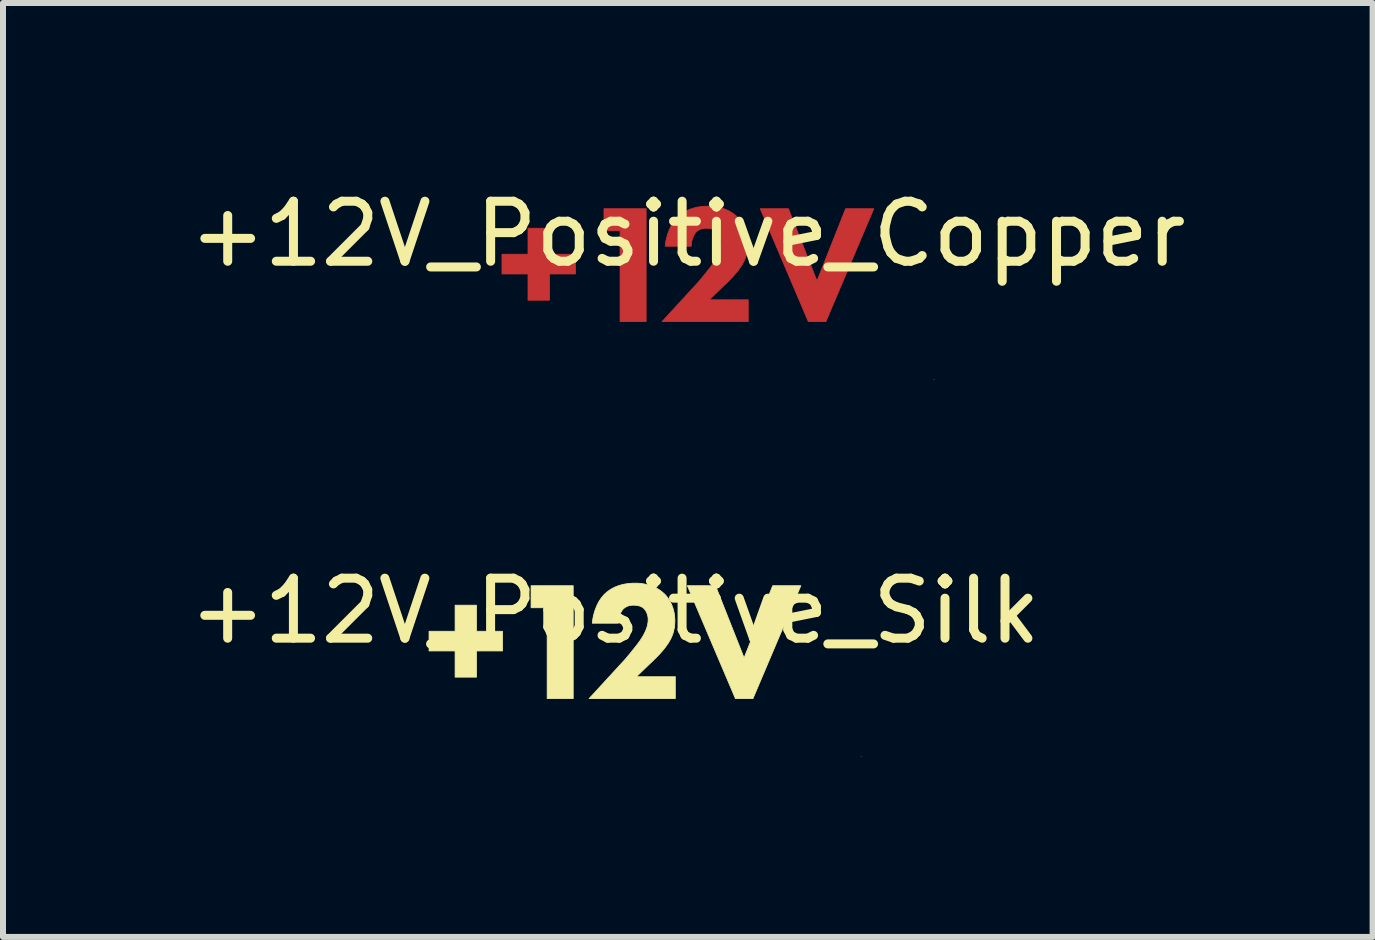
<source format=kicad_pcb>
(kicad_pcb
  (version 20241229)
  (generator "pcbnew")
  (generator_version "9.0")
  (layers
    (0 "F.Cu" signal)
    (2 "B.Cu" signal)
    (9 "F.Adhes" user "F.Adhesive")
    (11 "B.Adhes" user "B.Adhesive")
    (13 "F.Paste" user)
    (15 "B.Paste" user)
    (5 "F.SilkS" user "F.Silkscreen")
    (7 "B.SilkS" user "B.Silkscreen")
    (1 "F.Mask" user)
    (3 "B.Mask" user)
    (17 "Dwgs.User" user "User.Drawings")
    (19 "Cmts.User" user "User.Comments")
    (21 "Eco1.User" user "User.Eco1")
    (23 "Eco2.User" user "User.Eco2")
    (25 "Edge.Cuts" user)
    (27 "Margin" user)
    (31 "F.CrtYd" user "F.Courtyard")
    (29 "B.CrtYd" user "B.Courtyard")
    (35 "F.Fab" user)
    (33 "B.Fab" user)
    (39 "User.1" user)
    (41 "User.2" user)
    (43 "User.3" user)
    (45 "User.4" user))
  (footprint "+12V_Positive_Silk"
    (layer "F.Cu")
    (at 7.196 7.629)
    (property "Reference" "+12V_Positive_Silk" (at 0 -0.5 0) (unlocked yes) (layer "F.SilkS") (effects (font (size 1 1) (thickness 0.15))))
    (fp_poly (pts (xy 4.103 1.926) (xy 4.103 1.923) (xy 4.106 1.923)) (stroke (width 0.013) (type solid)) (fill yes) (layer "F.Cu"))
    (fp_poly (pts (xy -0.695 0.961) (xy -1.129 0.961) (xy -1.129 -0.553) (xy -1.397 -0.553) (xy -1.397 -0.92) (xy -0.695 -0.92)) (stroke (width 0.013) (type solid)) (fill yes) (layer "F.SilkS"))
    (fp_poly (pts (xy 2.152 0.283) (xy 2.629 -0.92) (xy 3.098 -0.92) (xy 2.3 0.961) (xy 2.008 0.961) (xy 1.207 -0.92) (xy 1.676 -0.92)) (stroke (width 0.013) (type solid)) (fill yes) (layer "F.SilkS"))
    (fp_poly (pts (xy -2.307 -0.161) (xy -1.873 -0.161) (xy -1.873 0.167) (xy -2.307 0.167) (xy -2.307 0.604) (xy -2.663 0.604) (xy -2.663 0.167) (xy -3.097 0.167) (xy -3.097 -0.161) (xy -2.663 -0.161) (xy -2.663 -0.595) (xy -2.307 -0.595)) (stroke (width 0.013) (type solid)) (fill yes) (layer "F.SilkS"))
    (fp_poly (pts (xy 0.384 -0.961) (xy 0.431 -0.957) (xy 0.474 -0.951) (xy 0.515 -0.943) (xy 0.554 -0.934) (xy 0.59 -0.923) (xy 0.623 -0.911) (xy 0.654 -0.898) (xy 0.683 -0.884) (xy 0.71 -0.869) (xy 0.734 -0.855) (xy 0.756 -0.84) (xy 0.776 -0.825) (xy 0.793 -0.811) (xy 0.822 -0.786) (xy 0.841 -0.766) (xy 0.859 -0.745) (xy 0.877 -0.723) (xy 0.893 -0.699) (xy 0.909 -0.675) (xy 0.923 -0.649) (xy 0.937 -0.622) (xy 0.949 -0.594) (xy 0.96 -0.565) (xy 0.97 -0.535) (xy 0.978 -0.504) (xy 0.986 -0.472) (xy 0.991 -0.439) (xy 0.995 -0.405) (xy 0.998 -0.37) (xy 0.999 -0.334) (xy 0.998 -0.303) (xy 0.996 -0.274) (xy 0.994 -0.245) (xy 0.99 -0.217) (xy 0.984 -0.19) (xy 0.978 -0.163) (xy 0.971 -0.137) (xy 0.963 -0.111) (xy 0.953 -0.086) (xy 0.943 -0.062) (xy 0.931 -0.037) (xy 0.918 -0.013) (xy 0.905 0.011) (xy 0.89 0.035) (xy 0.874 0.058) (xy 0.858 0.082) (xy 0.842 0.103) (xy 0.826 0.124) (xy 0.81 0.144) (xy 0.793 0.164) (xy 0.776 0.184) (xy 0.759 0.204) (xy 0.722 0.243) (xy 0.683 0.283) (xy 0.642 0.323) (xy 0.599 0.364) (xy 0.554 0.407) (xy 0.357 0.597) (xy 1.006 0.597) (xy 1.006 0.961) (xy -0.43 0.961) (xy 0.134 0.347) (xy 0.174 0.303) (xy 0.216 0.253) (xy 0.259 0.201) (xy 0.302 0.148) (xy 0.344 0.095) (xy 0.382 0.046) (xy 0.415 0.001) (xy 0.441 -0.038) (xy 0.458 -0.065) (xy 0.477 -0.098) (xy 0.486 -0.115) (xy 0.496 -0.134) (xy 0.505 -0.154) (xy 0.514 -0.174) (xy 0.522 -0.195) (xy 0.53 -0.217) (xy 0.537 -0.239) (xy 0.543 -0.261) (xy 0.547 -0.285) (xy 0.551 -0.308) (xy 0.553 -0.331) (xy 0.554 -0.343) (xy 0.554 -0.355) (xy 0.554 -0.368) (xy 0.553 -0.382) (xy 0.551 -0.395) (xy 0.549 -0.408) (xy 0.546 -0.421) (xy 0.543 -0.434) (xy 0.539 -0.447) (xy 0.534 -0.459) (xy 0.529 -0.471) (xy 0.524 -0.483) (xy 0.518 -0.494) (xy 0.511 -0.505) (xy 0.504 -0.515) (xy 0.497 -0.525) (xy 0.489 -0.534) (xy 0.48 -0.542) (xy 0.473 -0.549) (xy 0.466 -0.555) (xy 0.457 -0.56) (xy 0.449 -0.565) (xy 0.439 -0.57) (xy 0.43 -0.574) (xy 0.419 -0.578) (xy 0.408 -0.582) (xy 0.397 -0.585) (xy 0.385 -0.588) (xy 0.373 -0.59) (xy 0.361 -0.592) (xy 0.348 -0.593) (xy 0.335 -0.594) (xy 0.321 -0.595) (xy 0.307 -0.595) (xy 0.292 -0.595) (xy 0.278 -0.594) (xy 0.265 -0.592) (xy 0.252 -0.59) (xy 0.239 -0.587) (xy 0.227 -0.584) (xy 0.216 -0.58) (xy 0.205 -0.576) (xy 0.195 -0.571) (xy 0.185 -0.566) (xy 0.175 -0.561) (xy 0.166 -0.555) (xy 0.158 -0.549) (xy 0.15 -0.542) (xy 0.142 -0.535) (xy 0.134 -0.528) (xy 0.125 -0.517) (xy 0.117 -0.505) (xy 0.109 -0.492) (xy 0.101 -0.478) (xy 0.095 -0.464) (xy 0.088 -0.449) (xy 0.082 -0.434) (xy 0.077 -0.418) (xy 0.072 -0.402) (xy 0.068 -0.387) (xy 0.065 -0.371) (xy 0.062 -0.355) (xy 0.06 -0.339) (xy 0.058 -0.324) (xy 0.057 -0.309) (xy 0.057 -0.295) (xy -0.377 -0.295) (xy -0.374 -0.326) (xy -0.369 -0.357) (xy -0.364 -0.389) (xy -0.357 -0.42) (xy -0.349 -0.452) (xy -0.34 -0.484) (xy -0.33 -0.515) (xy -0.318 -0.546) (xy -0.306 -0.577) (xy -0.292 -0.607) (xy -0.277 -0.636) (xy -0.261 -0.665) (xy -0.243 -0.692) (xy -0.224 -0.719) (xy -0.204 -0.744) (xy -0.183 -0.768) (xy -0.165 -0.786) (xy -0.145 -0.804) (xy -0.124 -0.821) (xy -0.101 -0.838) (xy -0.076 -0.855) (xy -0.049 -0.871) (xy -0.021 -0.886) (xy 0.01 -0.901) (xy 0.043 -0.914) (xy 0.078 -0.926) (xy 0.096 -0.931) (xy 0.115 -0.936) (xy 0.134 -0.941) (xy 0.154 -0.945) (xy 0.175 -0.949) (xy 0.196 -0.952) (xy 0.218 -0.955) (xy 0.24 -0.958) (xy 0.263 -0.959) (xy 0.287 -0.961) (xy 0.311 -0.962) (xy 0.336 -0.962)) (stroke (width 0.013) (type solid)) (fill yes) (layer "F.SilkS")))
  (footprint "+12V_Positive_Copper"
    (layer "F.Cu")
    (at 8.411 1.348)
    (property "Reference" "+12V_Positive_Copper" (at 0 -0.5 0) (unlocked yes) (layer "F.SilkS") (effects (font (size 1 1) (thickness 0.15))))
    (fp_poly (pts (xy 4.103 1.926) (xy 4.103 1.923) (xy 4.106 1.923)) (stroke (width 0.013) (type solid)) (fill yes) (layer "F.Cu"))
    (fp_poly (pts (xy -0.695 0.961) (xy -1.129 0.961) (xy -1.129 -0.553) (xy -1.397 -0.553) (xy -1.397 -0.92) (xy -0.695 -0.92)) (stroke (width 0.013) (type solid)) (fill yes) (layer "F.Cu"))
    (fp_poly (pts (xy 2.152 0.283) (xy 2.629 -0.92) (xy 3.098 -0.92) (xy 2.3 0.961) (xy 2.008 0.961) (xy 1.207 -0.92) (xy 1.676 -0.92)) (stroke (width 0.013) (type solid)) (fill yes) (layer "F.Cu"))
    (fp_poly (pts (xy -2.307 -0.161) (xy -1.873 -0.161) (xy -1.873 0.167) (xy -2.307 0.167) (xy -2.307 0.604) (xy -2.663 0.604) (xy -2.663 0.167) (xy -3.097 0.167) (xy -3.097 -0.161) (xy -2.663 -0.161) (xy -2.663 -0.595) (xy -2.307 -0.595)) (stroke (width 0.013) (type solid)) (fill yes) (layer "F.Cu"))
    (fp_poly (pts (xy 0.384 -0.961) (xy 0.431 -0.957) (xy 0.474 -0.951) (xy 0.515 -0.943) (xy 0.554 -0.934) (xy 0.59 -0.923) (xy 0.623 -0.911) (xy 0.654 -0.898) (xy 0.683 -0.884) (xy 0.71 -0.869) (xy 0.734 -0.855) (xy 0.756 -0.84) (xy 0.776 -0.825) (xy 0.793 -0.811) (xy 0.822 -0.786) (xy 0.841 -0.766) (xy 0.859 -0.745) (xy 0.877 -0.723) (xy 0.893 -0.699) (xy 0.909 -0.675) (xy 0.923 -0.649) (xy 0.937 -0.622) (xy 0.949 -0.594) (xy 0.96 -0.565) (xy 0.97 -0.535) (xy 0.978 -0.504) (xy 0.986 -0.472) (xy 0.991 -0.439) (xy 0.995 -0.405) (xy 0.998 -0.37) (xy 0.999 -0.334) (xy 0.998 -0.303) (xy 0.996 -0.274) (xy 0.994 -0.245) (xy 0.99 -0.217) (xy 0.984 -0.19) (xy 0.978 -0.163) (xy 0.971 -0.137) (xy 0.963 -0.111) (xy 0.953 -0.086) (xy 0.943 -0.062) (xy 0.931 -0.037) (xy 0.918 -0.013) (xy 0.905 0.011) (xy 0.89 0.035) (xy 0.874 0.058) (xy 0.858 0.082) (xy 0.842 0.103) (xy 0.826 0.124) (xy 0.81 0.144) (xy 0.793 0.164) (xy 0.776 0.184) (xy 0.759 0.204) (xy 0.722 0.243) (xy 0.683 0.283) (xy 0.642 0.323) (xy 0.599 0.364) (xy 0.554 0.407) (xy 0.357 0.597) (xy 1.006 0.597) (xy 1.006 0.961) (xy -0.43 0.961) (xy 0.134 0.347) (xy 0.174 0.303) (xy 0.216 0.253) (xy 0.259 0.201) (xy 0.302 0.148) (xy 0.344 0.095) (xy 0.382 0.046) (xy 0.415 0.001) (xy 0.441 -0.038) (xy 0.458 -0.065) (xy 0.477 -0.098) (xy 0.486 -0.115) (xy 0.496 -0.134) (xy 0.505 -0.154) (xy 0.514 -0.174) (xy 0.522 -0.195) (xy 0.53 -0.217) (xy 0.537 -0.239) (xy 0.543 -0.261) (xy 0.547 -0.285) (xy 0.551 -0.308) (xy 0.553 -0.331) (xy 0.554 -0.343) (xy 0.554 -0.355) (xy 0.554 -0.368) (xy 0.553 -0.382) (xy 0.551 -0.395) (xy 0.549 -0.408) (xy 0.546 -0.421) (xy 0.543 -0.434) (xy 0.539 -0.447) (xy 0.534 -0.459) (xy 0.529 -0.471) (xy 0.524 -0.483) (xy 0.518 -0.494) (xy 0.511 -0.505) (xy 0.504 -0.515) (xy 0.497 -0.525) (xy 0.489 -0.534) (xy 0.48 -0.542) (xy 0.473 -0.549) (xy 0.466 -0.555) (xy 0.457 -0.56) (xy 0.449 -0.565) (xy 0.439 -0.57) (xy 0.43 -0.574) (xy 0.419 -0.578) (xy 0.408 -0.582) (xy 0.397 -0.585) (xy 0.385 -0.588) (xy 0.373 -0.59) (xy 0.361 -0.592) (xy 0.348 -0.593) (xy 0.335 -0.594) (xy 0.321 -0.595) (xy 0.307 -0.595) (xy 0.292 -0.595) (xy 0.278 -0.594) (xy 0.265 -0.592) (xy 0.252 -0.59) (xy 0.239 -0.587) (xy 0.227 -0.584) (xy 0.216 -0.58) (xy 0.205 -0.576) (xy 0.195 -0.571) (xy 0.185 -0.566) (xy 0.175 -0.561) (xy 0.166 -0.555) (xy 0.158 -0.549) (xy 0.15 -0.542) (xy 0.142 -0.535) (xy 0.134 -0.528) (xy 0.125 -0.517) (xy 0.117 -0.505) (xy 0.109 -0.492) (xy 0.101 -0.478) (xy 0.095 -0.464) (xy 0.088 -0.449) (xy 0.082 -0.434) (xy 0.077 -0.418) (xy 0.072 -0.402) (xy 0.068 -0.387) (xy 0.065 -0.371) (xy 0.062 -0.355) (xy 0.06 -0.339) (xy 0.058 -0.324) (xy 0.057 -0.309) (xy 0.057 -0.295) (xy -0.377 -0.295) (xy -0.374 -0.326) (xy -0.369 -0.357) (xy -0.364 -0.389) (xy -0.357 -0.42) (xy -0.349 -0.452) (xy -0.34 -0.484) (xy -0.33 -0.515) (xy -0.318 -0.546) (xy -0.306 -0.577) (xy -0.292 -0.607) (xy -0.277 -0.636) (xy -0.261 -0.665) (xy -0.243 -0.692) (xy -0.224 -0.719) (xy -0.204 -0.744) (xy -0.183 -0.768) (xy -0.165 -0.786) (xy -0.145 -0.804) (xy -0.124 -0.821) (xy -0.101 -0.838) (xy -0.076 -0.855) (xy -0.049 -0.871) (xy -0.021 -0.886) (xy 0.01 -0.901) (xy 0.043 -0.914) (xy 0.078 -0.926) (xy 0.096 -0.931) (xy 0.115 -0.936) (xy 0.134 -0.941) (xy 0.154 -0.945) (xy 0.175 -0.949) (xy 0.196 -0.952) (xy 0.218 -0.955) (xy 0.24 -0.958) (xy 0.263 -0.959) (xy 0.287 -0.961) (xy 0.311 -0.962) (xy 0.336 -0.962)) (stroke (width 0.013) (type solid)) (fill yes) (layer "F.Cu")))
  (gr_rect
    (start -3 -3)
    (end 19.821 12.562)
    (stroke (width 0.1) (type default))
    (fill no)
    (layer "Edge.Cuts")))
</source>
